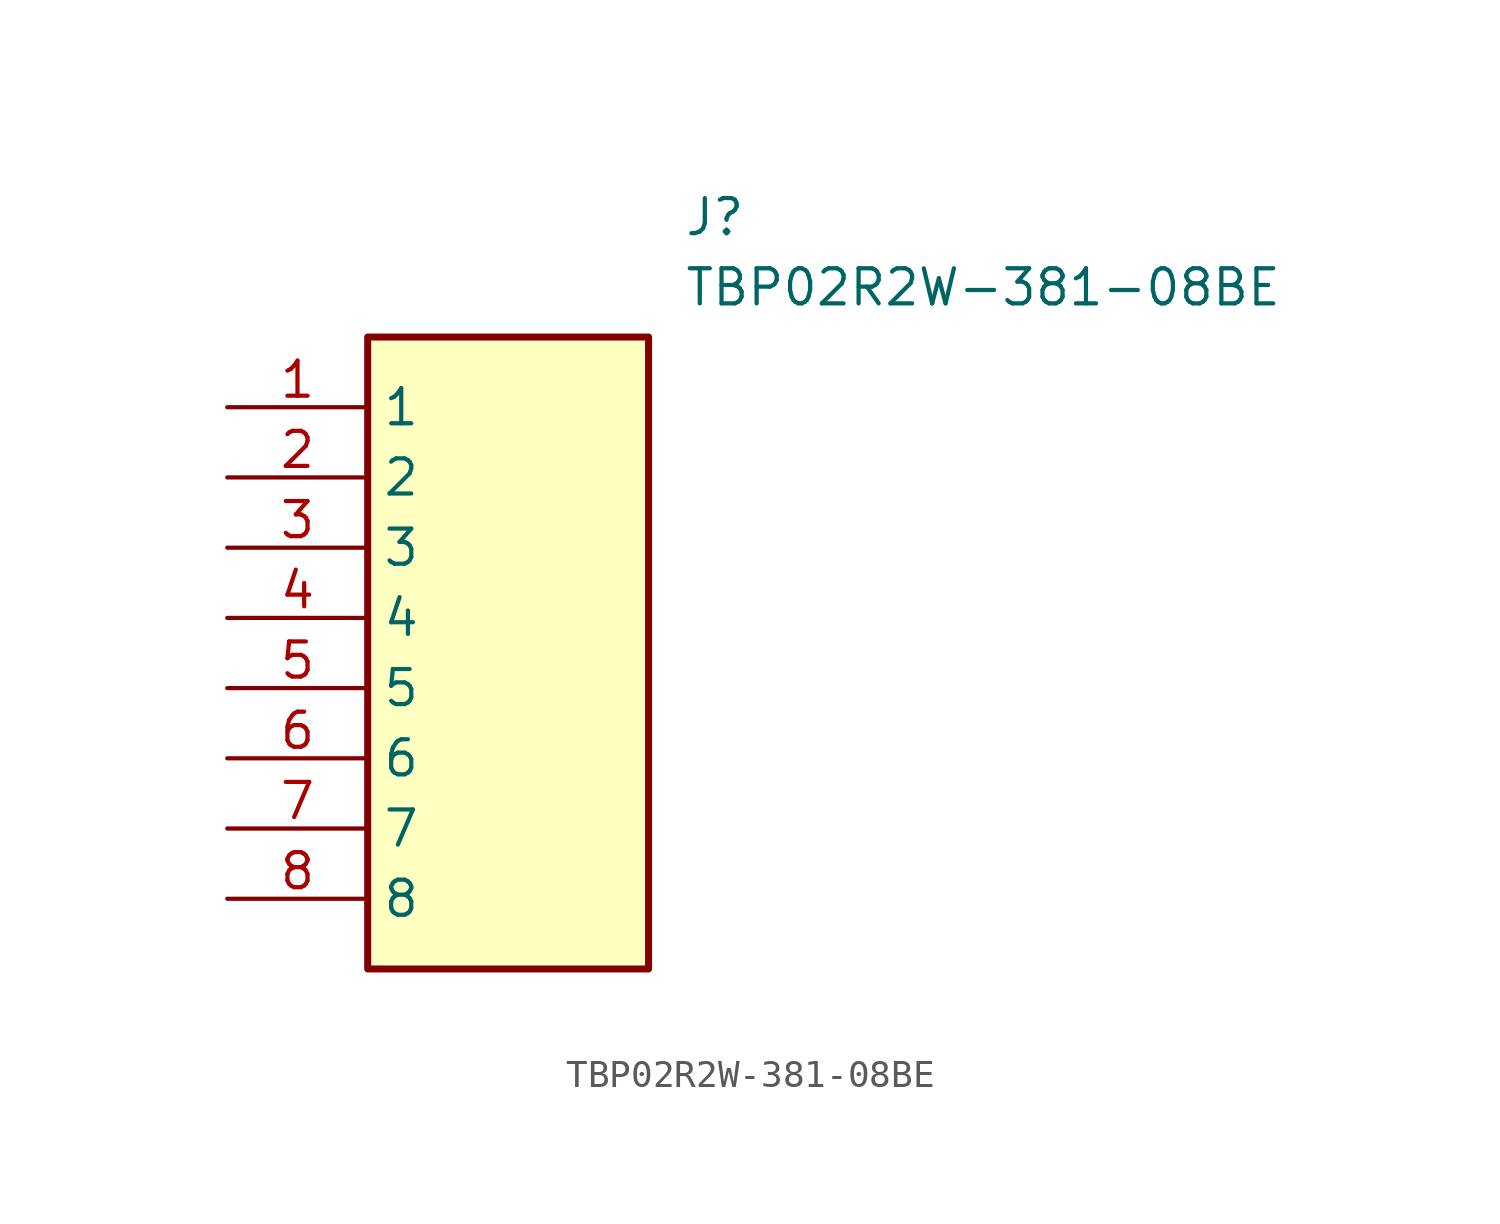
<source format=kicad_sym>
(kicad_symbol_lib
  (version 20211014)
  (generator SamacSys_ECAD_Model)
  (symbol "TBP02R2W-381-08BE"
    (property "Reference" "J"
      (at 16.51 7.62 0)
      (effects (font (size 1.27 1.27)) (justify left top)))
    (property "Value" "TBP02R2W-381-08BE"
      (at 16.51 5.08 0)
      (effects (font (size 1.27 1.27)) (justify left top)))
    (rectangle
      (start 5.08 2.54)
      (end 15.24 -20.32)
      (stroke (width 0.254) (type default))
      (fill (type background)))
    (pin passive line
      (at 0 0 0)
      (length 5.08)
      (name "1" (effects (font (size 1.27 1.27))))
      (number "1" (effects (font (size 1.27 1.27)))))
    (pin passive line
      (at 0 -2.54 0)
      (length 5.08)
      (name "2" (effects (font (size 1.27 1.27))))
      (number "2" (effects (font (size 1.27 1.27)))))
    (pin passive line
      (at 0 -5.08 0)
      (length 5.08)
      (name "3" (effects (font (size 1.27 1.27))))
      (number "3" (effects (font (size 1.27 1.27)))))
    (pin passive line
      (at 0 -7.62 0)
      (length 5.08)
      (name "4" (effects (font (size 1.27 1.27))))
      (number "4" (effects (font (size 1.27 1.27)))))
    (pin passive line
      (at 0 -10.16 0)
      (length 5.08)
      (name "5" (effects (font (size 1.27 1.27))))
      (number "5" (effects (font (size 1.27 1.27)))))
    (pin passive line
      (at 0 -12.7 0)
      (length 5.08)
      (name "6" (effects (font (size 1.27 1.27))))
      (number "6" (effects (font (size 1.27 1.27)))))
    (pin passive line
      (at 0 -15.24 0)
      (length 5.08)
      (name "7" (effects (font (size 1.27 1.27))))
      (number "7" (effects (font (size 1.27 1.27)))))
    (pin passive line
      (at 0 -17.78 0)
      (length 5.08)
      (name "8" (effects (font (size 1.27 1.27))))
      (number "8" (effects (font (size 1.27 1.27)))))))
</source>
